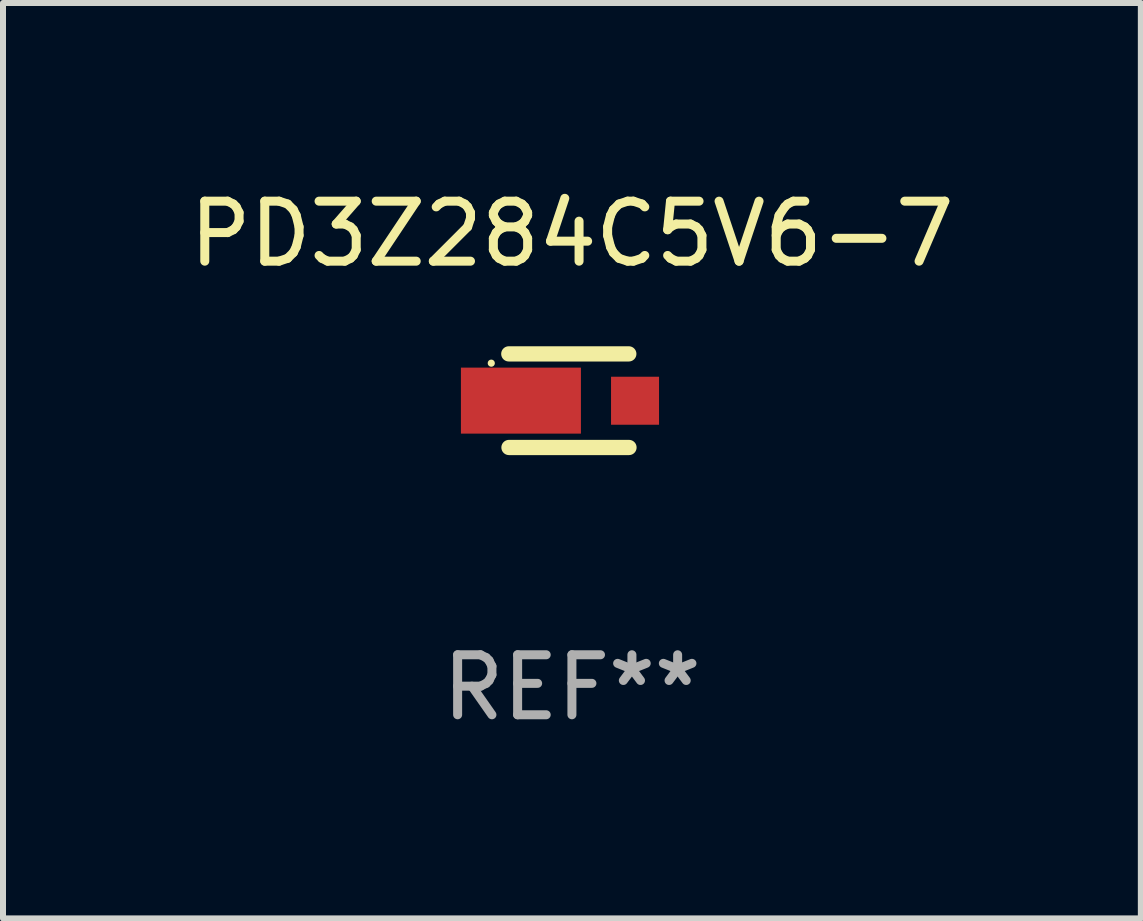
<source format=kicad_pcb>
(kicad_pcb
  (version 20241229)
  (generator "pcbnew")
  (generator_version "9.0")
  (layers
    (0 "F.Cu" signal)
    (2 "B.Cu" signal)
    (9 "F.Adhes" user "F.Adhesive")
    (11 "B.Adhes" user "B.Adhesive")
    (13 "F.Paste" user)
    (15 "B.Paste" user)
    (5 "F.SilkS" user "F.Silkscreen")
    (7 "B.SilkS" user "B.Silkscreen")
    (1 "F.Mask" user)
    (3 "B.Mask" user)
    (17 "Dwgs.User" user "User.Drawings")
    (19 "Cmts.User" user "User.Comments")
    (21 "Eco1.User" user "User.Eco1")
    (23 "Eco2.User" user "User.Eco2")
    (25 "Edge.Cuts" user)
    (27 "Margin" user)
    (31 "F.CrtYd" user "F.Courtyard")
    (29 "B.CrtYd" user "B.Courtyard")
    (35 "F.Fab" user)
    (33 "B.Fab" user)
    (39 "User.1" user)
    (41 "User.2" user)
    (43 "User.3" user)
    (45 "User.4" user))
  (footprint "PD3Z284C5V6-7"
    (layer "F.Cu")
    (at 6.482 3.628)
    (property "Reference" "PD3Z284C5V6-7" (at 0 -2.78 0) (layer "F.SilkS") (effects (font (size 1 1) (thickness 0.15))))
    (attr through_hole)
    (fp_line (start -1.049 0.78) (end 0.951 0.78) (stroke (width 0.254) (type solid)) (layer "F.SilkS"))
    (fp_line (start 0.948 -0.78) (end -1.052 -0.78) (stroke (width 0.254) (type solid)) (layer "F.SilkS"))
    (fp_circle (center -1.344 -0.625) (end -1.314 -0.625) (stroke (width 0.06) (type solid)) (fill no) (layer "F.SilkS"))
    (fp_text user "REF**" (at 0 4.78 0) (layer "F.Fab") (effects (font (size 1 1) (thickness 0.15))))
    (pad "1" smd rect (at -0.85 -0.001) (size 2 1.1) (layers "F.Cu" "F.Mask" "F.Paste"))
    (pad "2" smd rect (at 1.052 0.001) (size 0.8 0.8) (layers "F.Cu" "F.Mask" "F.Paste")))
  (gr_rect
    (start -3 -3)
    (end 15.964 12.257)
    (stroke (width 0.1) (type default))
    (fill no)
    (layer "Edge.Cuts")))
</source>
